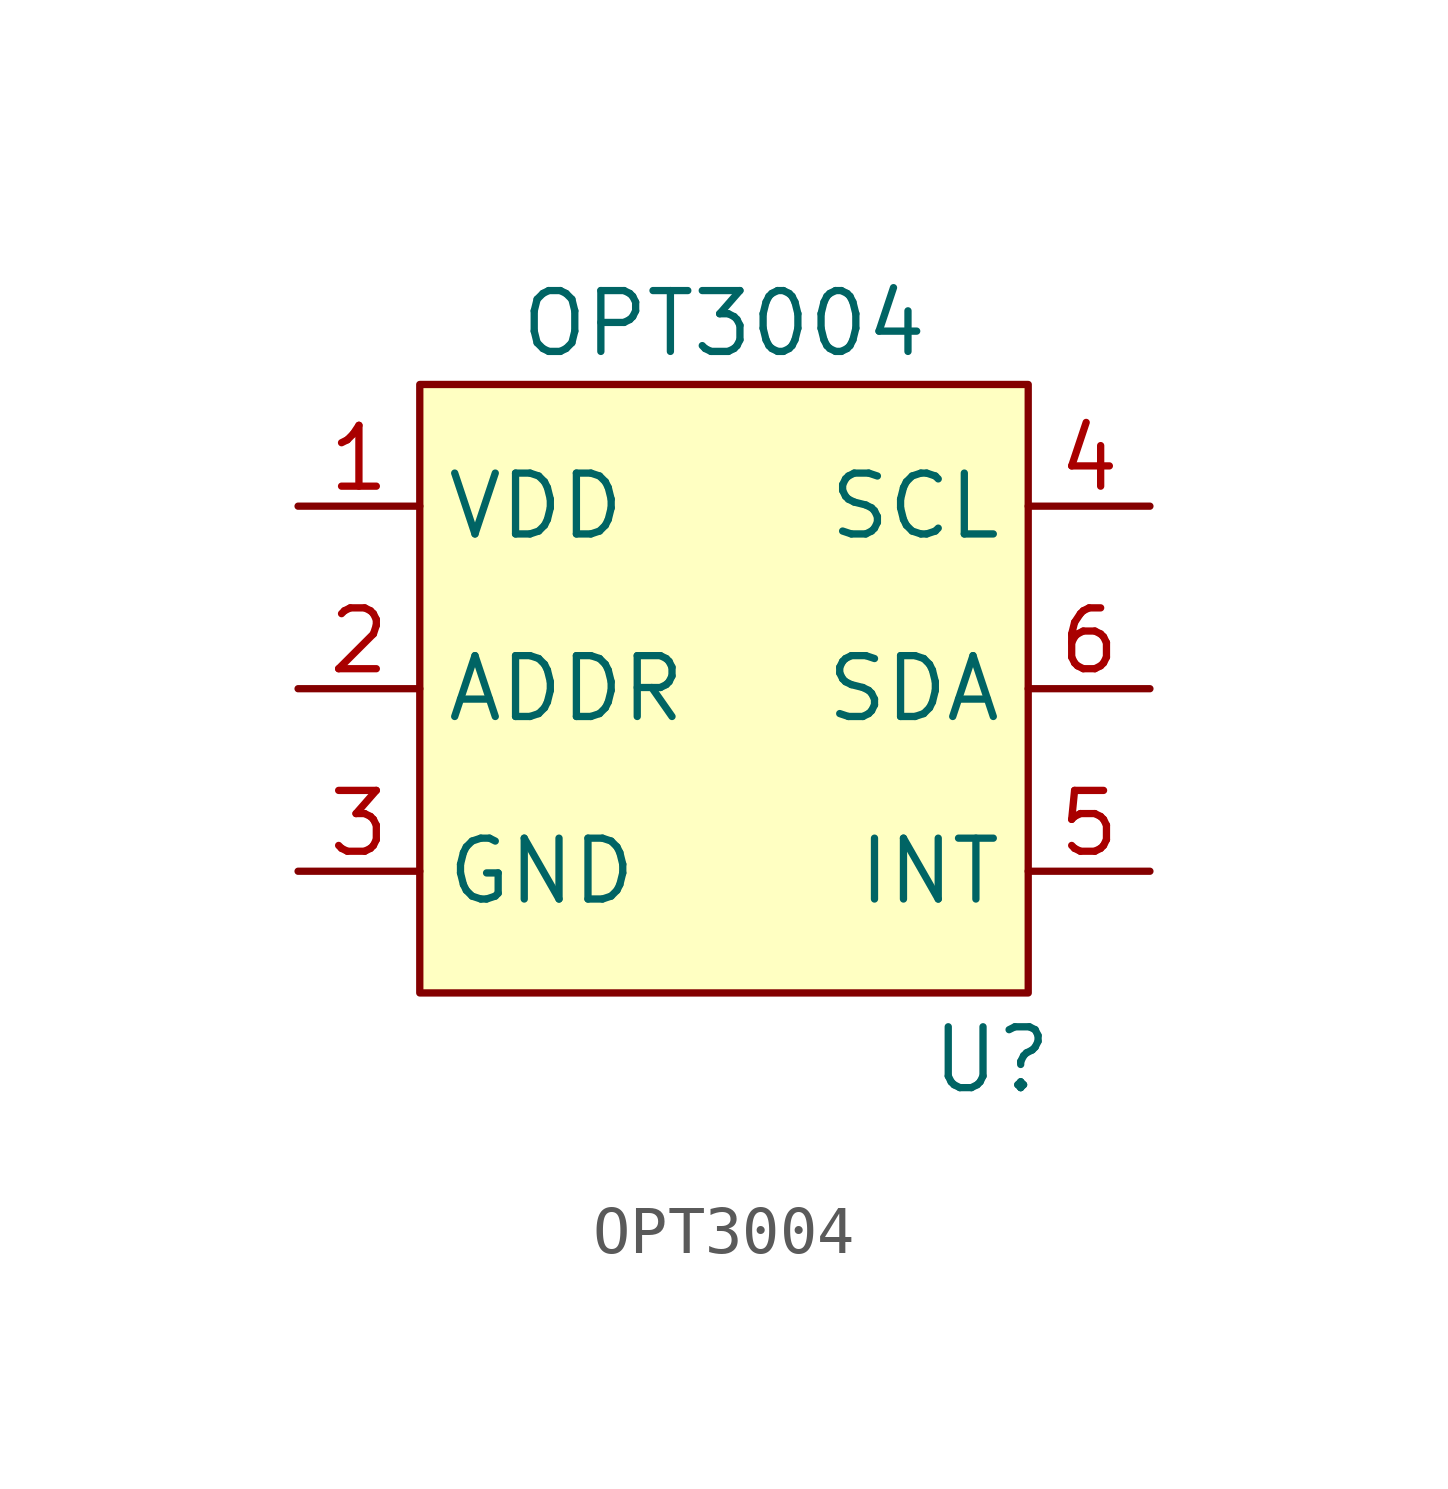
<source format=kicad_sym>
(kicad_symbol_lib
  (version 20220914)
  (generator kicad_symbol_editor)
  (symbol "OPT3004"
    (property "Reference" "U"
      (at 5.588 -7.747 0)
      (effects (font (size 1.27 1.27))))
    (property "Value" "OPT3004"
      (at 0 7.62 0)
      (effects (font (size 1.27 1.27))))
    (symbol "OPT3004_1_1"
      (rectangle (start -6.35 6.35) (end 6.35 -6.35) (stroke (width 0) (type default)) (fill (type background)))
      (pin power_in line (at -8.89 3.81 0) (length 2.54) (name "VDD" (effects (font (size 1.27 1.27)))) (number "1" (effects (font (size 1.27 1.27)))))
      (pin input line (at -8.89 0 0) (length 2.54) (name "ADDR" (effects (font (size 1.27 1.27)))) (number "2" (effects (font (size 1.27 1.27)))))
      (pin power_in line (at -8.89 -3.81 0) (length 2.54) (name "GND" (effects (font (size 1.27 1.27)))) (number "3" (effects (font (size 1.27 1.27)))))
      (pin input line (at 8.89 3.81 180) (length 2.54) (name "SCL" (effects (font (size 1.27 1.27)))) (number "4" (effects (font (size 1.27 1.27)))))
      (pin output line (at 8.89 -3.81 180) (length 2.54) (name "INT" (effects (font (size 1.27 1.27)))) (number "5" (effects (font (size 1.27 1.27)))))
      (pin bidirectional line (at 8.89 0 180) (length 2.54) (name "SDA" (effects (font (size 1.27 1.27)))) (number "6" (effects (font (size 1.27 1.27))))))))
</source>
